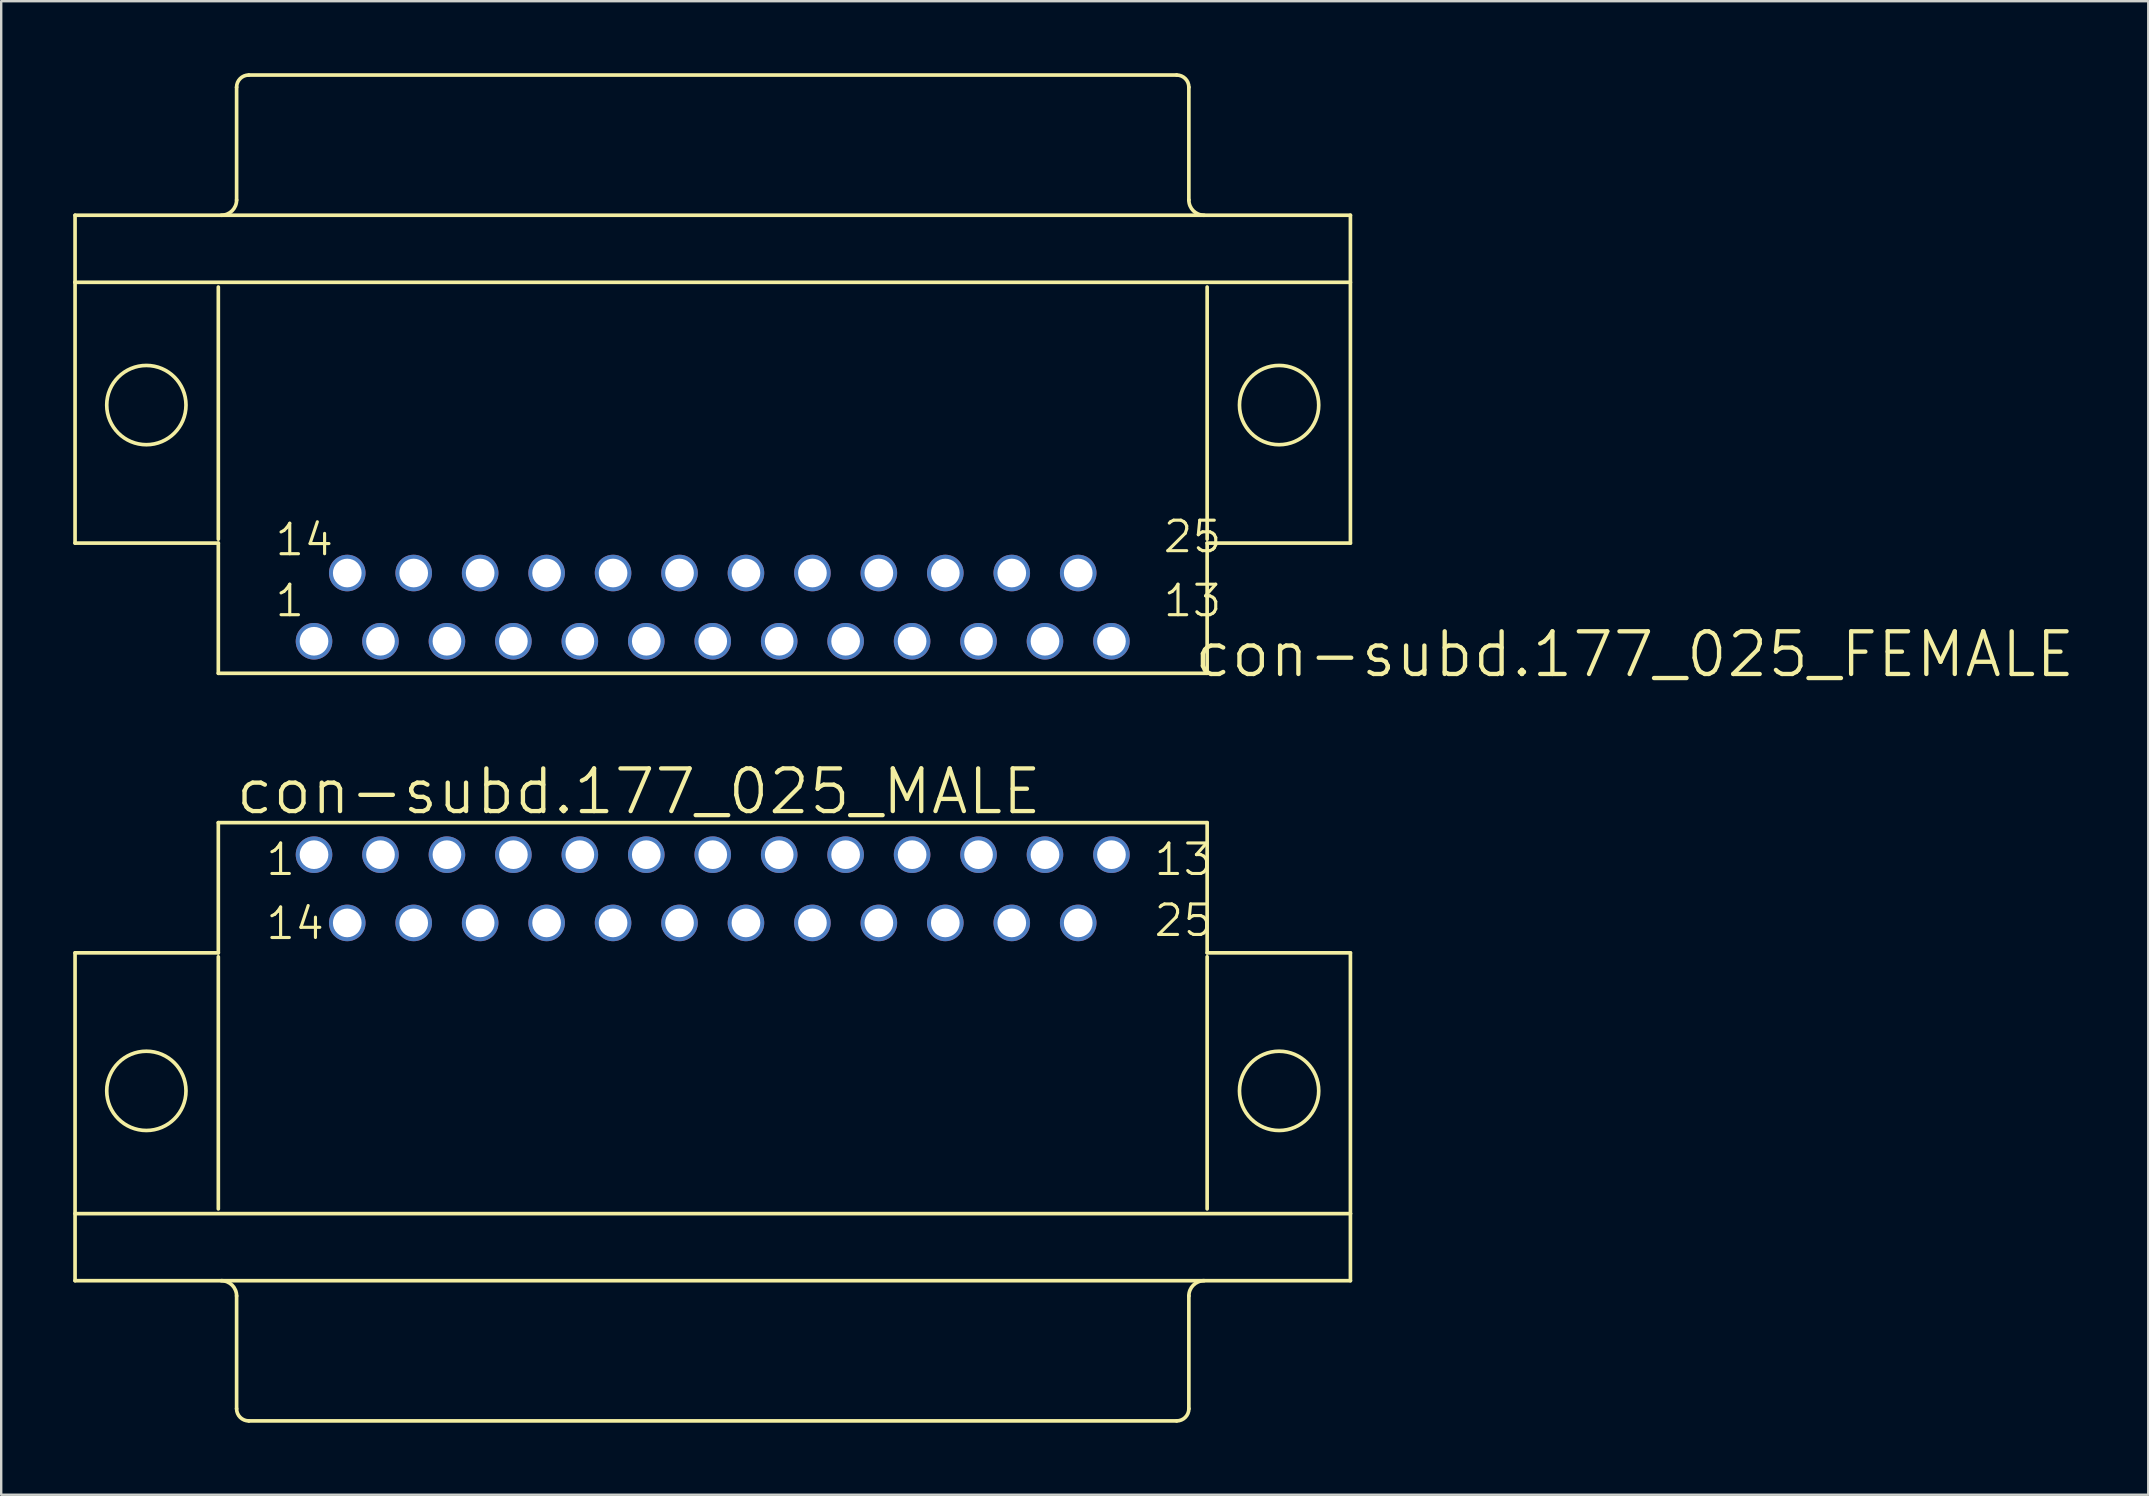
<source format=kicad_pcb>
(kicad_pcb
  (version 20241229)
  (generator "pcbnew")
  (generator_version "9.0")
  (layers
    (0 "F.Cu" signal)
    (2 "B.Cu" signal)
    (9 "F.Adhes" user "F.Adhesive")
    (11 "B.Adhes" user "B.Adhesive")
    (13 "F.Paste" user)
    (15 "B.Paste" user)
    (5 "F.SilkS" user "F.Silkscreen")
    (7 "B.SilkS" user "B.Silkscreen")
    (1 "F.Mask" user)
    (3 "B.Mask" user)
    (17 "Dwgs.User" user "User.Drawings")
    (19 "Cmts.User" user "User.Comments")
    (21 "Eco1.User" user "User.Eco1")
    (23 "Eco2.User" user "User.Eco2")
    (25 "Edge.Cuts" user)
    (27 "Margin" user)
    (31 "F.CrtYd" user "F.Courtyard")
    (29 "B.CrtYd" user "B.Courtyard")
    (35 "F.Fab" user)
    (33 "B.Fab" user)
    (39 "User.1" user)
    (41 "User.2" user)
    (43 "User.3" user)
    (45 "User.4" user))
  (footprint "con-subd.177_025_MALE"
    (layer "F.Cu")
    (at 26.645 42.399)
    (property "Reference" "con-subd.177_025_MALE" (at -19.964 -11.43 0) (layer "F.SilkS") (effects (font (size 1.778 1.778) (thickness 0.18)) (justify left bottom)))
    (attr through_hole)
    (fp_line (start -26.568 -5.75) (end -26.568 7.909) (stroke (width 0.152) (type default)) (layer "F.SilkS"))
    (fp_line (start -20.599 -11.175) (end -20.599 -5.75) (stroke (width 0.152) (type default)) (layer "F.SilkS"))
    (fp_line (start -20.599 -5.75) (end -26.568 -5.75) (stroke (width 0.152) (type default)) (layer "F.SilkS"))
    (fp_line (start -20.599 -5.587) (end -20.599 4.918) (stroke (width 0.152) (type default)) (layer "F.SilkS"))
    (fp_line (start -19.837 8.544) (end -19.837 13.243) (stroke (width 0.152) (type default)) (layer "F.SilkS"))
    (fp_line (start 19.329 13.751) (end -19.329 13.751) (stroke (width 0.152) (type default)) (layer "F.SilkS"))
    (fp_line (start 19.837 8.544) (end 19.837 13.243) (stroke (width 0.152) (type default)) (layer "F.SilkS"))
    (fp_line (start 20.599 -11.175) (end -20.599 -11.175) (stroke (width 0.152) (type default)) (layer "F.SilkS"))
    (fp_line (start 20.599 -5.75) (end 20.599 -11.175) (stroke (width 0.152) (type default)) (layer "F.SilkS"))
    (fp_line (start 20.599 4.918) (end 20.599 -5.587) (stroke (width 0.152) (type default)) (layer "F.SilkS"))
    (fp_line (start 26.568 -5.75) (end 20.599 -5.75) (stroke (width 0.152) (type default)) (layer "F.SilkS"))
    (fp_line (start 26.568 -5.75) (end 26.568 5.115) (stroke (width 0.152) (type default)) (layer "F.SilkS"))
    (fp_line (start 26.568 5.115) (end -26.568 5.115) (stroke (width 0.152) (type default)) (layer "F.SilkS"))
    (fp_line (start 26.568 5.115) (end 26.568 7.909) (stroke (width 0.152) (type default)) (layer "F.SilkS"))
    (fp_line (start 26.568 7.909) (end -26.568 7.909) (stroke (width 0.152) (type default)) (layer "F.SilkS"))
    (fp_arc (start -20.4724 7.909) (mid -20.023387 8.094987) (end -19.8374 8.544) (stroke (width 0.1524) (type default)) (layer "F.SilkS"))
    (fp_arc (start -19.3294 13.751) (mid -19.68861 13.60221) (end -19.8374 13.243) (stroke (width 0.1524) (type default)) (layer "F.SilkS"))
    (fp_arc (start 19.8374 8.544) (mid 20.023387 8.094987) (end 20.4724 7.909) (stroke (width 0.1524) (type default)) (layer "F.SilkS"))
    (fp_arc (start 19.8374 13.243) (mid 19.68861 13.60221) (end 19.3294 13.751) (stroke (width 0.1524) (type default)) (layer "F.SilkS"))
    (fp_circle (center -23.597 0) (end -21.946 0) (stroke (width 0.152) (type default)) (fill no) (layer "F.SilkS"))
    (fp_circle (center 23.597 0) (end 25.248 0) (stroke (width 0.152) (type default)) (fill no) (layer "F.SilkS"))
    (fp_text user "1" (at -18.694 -8.895 0) (layer "F.SilkS") (effects (font (size 1.27 1.27) (thickness 0.13)) (justify left bottom)))
    (fp_text user "14" (at -18.694 -6.228 0) (layer "F.SilkS") (effects (font (size 1.27 1.27) (thickness 0.13)) (justify left bottom)))
    (fp_text user "13" (at 18.313 -8.895 0) (layer "F.SilkS") (effects (font (size 1.27 1.27) (thickness 0.13)) (justify left bottom)))
    (fp_text user "25" (at 18.313 -6.355 0) (layer "F.SilkS") (effects (font (size 1.27 1.27) (thickness 0.13)) (justify left bottom)))
    (pad "1" thru_hole circle (at -16.612 -9.84) (size 1.524 1.524) (drill 1.194) (layers "*.Cu" "*.Mask"))
    (pad "2" thru_hole circle (at -13.843 -9.84) (size 1.524 1.524) (drill 1.194) (layers "*.Cu" "*.Mask"))
    (pad "3" thru_hole circle (at -11.074 -9.84) (size 1.524 1.524) (drill 1.194) (layers "*.Cu" "*.Mask"))
    (pad "4" thru_hole circle (at -8.306 -9.84) (size 1.524 1.524) (drill 1.194) (layers "*.Cu" "*.Mask"))
    (pad "5" thru_hole circle (at -5.537 -9.84) (size 1.524 1.524) (drill 1.194) (layers "*.Cu" "*.Mask"))
    (pad "6" thru_hole circle (at -2.769 -9.84) (size 1.524 1.524) (drill 1.194) (layers "*.Cu" "*.Mask"))
    (pad "7" thru_hole circle (at 0 -9.84) (size 1.524 1.524) (drill 1.194) (layers "*.Cu" "*.Mask"))
    (pad "8" thru_hole circle (at 2.769 -9.84) (size 1.524 1.524) (drill 1.194) (layers "*.Cu" "*.Mask"))
    (pad "9" thru_hole circle (at 5.537 -9.84) (size 1.524 1.524) (drill 1.194) (layers "*.Cu" "*.Mask"))
    (pad "10" thru_hole circle (at 8.306 -9.84) (size 1.524 1.524) (drill 1.194) (layers "*.Cu" "*.Mask"))
    (pad "11" thru_hole circle (at 11.074 -9.84) (size 1.524 1.524) (drill 1.194) (layers "*.Cu" "*.Mask"))
    (pad "12" thru_hole circle (at 13.843 -9.84) (size 1.524 1.524) (drill 1.194) (layers "*.Cu" "*.Mask"))
    (pad "13" thru_hole circle (at 16.612 -9.84) (size 1.524 1.524) (drill 1.194) (layers "*.Cu" "*.Mask"))
    (pad "14" thru_hole circle (at -15.227 -6.997) (size 1.524 1.524) (drill 1.194) (layers "*.Cu" "*.Mask"))
    (pad "15" thru_hole circle (at -12.459 -6.997) (size 1.524 1.524) (drill 1.194) (layers "*.Cu" "*.Mask"))
    (pad "16" thru_hole circle (at -9.69 -6.997) (size 1.524 1.524) (drill 1.194) (layers "*.Cu" "*.Mask"))
    (pad "17" thru_hole circle (at -6.921 -6.997) (size 1.524 1.524) (drill 1.194) (layers "*.Cu" "*.Mask"))
    (pad "18" thru_hole circle (at -4.153 -6.997) (size 1.524 1.524) (drill 1.194) (layers "*.Cu" "*.Mask"))
    (pad "19" thru_hole circle (at -1.384 -6.997) (size 1.524 1.524) (drill 1.194) (layers "*.Cu" "*.Mask"))
    (pad "20" thru_hole circle (at 1.384 -6.997) (size 1.524 1.524) (drill 1.194) (layers "*.Cu" "*.Mask"))
    (pad "21" thru_hole circle (at 4.153 -6.997) (size 1.524 1.524) (drill 1.194) (layers "*.Cu" "*.Mask"))
    (pad "22" thru_hole circle (at 6.921 -6.997) (size 1.524 1.524) (drill 1.194) (layers "*.Cu" "*.Mask"))
    (pad "23" thru_hole circle (at 9.69 -6.997) (size 1.524 1.524) (drill 1.194) (layers "*.Cu" "*.Mask"))
    (pad "24" thru_hole circle (at 12.459 -6.997) (size 1.524 1.524) (drill 1.194) (layers "*.Cu" "*.Mask"))
    (pad "25" thru_hole circle (at 15.227 -6.997) (size 1.524 1.524) (drill 1.194) (layers "*.Cu" "*.Mask")))
  (footprint "con-subd.177_025_FEMALE"
    (layer "F.Cu")
    (at 26.645 13.827)
    (property "Reference" "con-subd.177_025_FEMALE" (at 19.964 11.43 180) (layer "F.SilkS") (effects (font (size 1.778 1.778) (thickness 0.18)) (justify left bottom)))
    (attr through_hole)
    (fp_line (start -26.568 -7.909) (end 26.568 -7.909) (stroke (width 0.152) (type default)) (layer "F.SilkS"))
    (fp_line (start -26.568 -5.115) (end -26.568 -7.909) (stroke (width 0.152) (type default)) (layer "F.SilkS"))
    (fp_line (start -26.568 -5.115) (end 26.568 -5.115) (stroke (width 0.152) (type default)) (layer "F.SilkS"))
    (fp_line (start -26.568 5.75) (end -26.568 -5.115) (stroke (width 0.152) (type default)) (layer "F.SilkS"))
    (fp_line (start -26.568 5.75) (end -20.599 5.75) (stroke (width 0.152) (type default)) (layer "F.SilkS"))
    (fp_line (start -20.599 -4.918) (end -20.599 5.587) (stroke (width 0.152) (type default)) (layer "F.SilkS"))
    (fp_line (start -20.599 5.75) (end -20.599 11.175) (stroke (width 0.152) (type default)) (layer "F.SilkS"))
    (fp_line (start -20.599 11.175) (end 20.599 11.175) (stroke (width 0.152) (type default)) (layer "F.SilkS"))
    (fp_line (start -19.837 -8.544) (end -19.837 -13.243) (stroke (width 0.152) (type default)) (layer "F.SilkS"))
    (fp_line (start -19.329 -13.751) (end 19.329 -13.751) (stroke (width 0.152) (type default)) (layer "F.SilkS"))
    (fp_line (start 19.837 -8.544) (end 19.837 -13.243) (stroke (width 0.152) (type default)) (layer "F.SilkS"))
    (fp_line (start 20.599 5.587) (end 20.599 -4.918) (stroke (width 0.152) (type default)) (layer "F.SilkS"))
    (fp_line (start 20.599 5.75) (end 26.568 5.75) (stroke (width 0.152) (type default)) (layer "F.SilkS"))
    (fp_line (start 20.599 11.175) (end 20.599 5.75) (stroke (width 0.152) (type default)) (layer "F.SilkS"))
    (fp_line (start 26.568 5.75) (end 26.568 -7.909) (stroke (width 0.152) (type default)) (layer "F.SilkS"))
    (fp_arc (start -19.8374 -13.243) (mid -19.68861 -13.60221) (end -19.3294 -13.751) (stroke (width 0.1524) (type default)) (layer "F.SilkS"))
    (fp_arc (start -19.8374 -8.544) (mid -20.023387 -8.094987) (end -20.4724 -7.909) (stroke (width 0.1524) (type default)) (layer "F.SilkS"))
    (fp_arc (start 19.3294 -13.751) (mid 19.68861 -13.60221) (end 19.8374 -13.243) (stroke (width 0.1524) (type default)) (layer "F.SilkS"))
    (fp_arc (start 20.4724 -7.909) (mid 20.023387 -8.094987) (end 19.8374 -8.544) (stroke (width 0.1524) (type default)) (layer "F.SilkS"))
    (fp_circle (center -23.597 0) (end -21.946 0) (stroke (width 0.152) (type default)) (fill no) (layer "F.SilkS"))
    (fp_circle (center 23.597 0) (end 25.248 0) (stroke (width 0.152) (type default)) (fill no) (layer "F.SilkS"))
    (fp_text user "13" (at 18.694 8.895 180) (layer "F.SilkS") (effects (font (size 1.27 1.27) (thickness 0.13)) (justify left bottom)))
    (fp_text user "25" (at 18.694 6.228 180) (layer "F.SilkS") (effects (font (size 1.27 1.27) (thickness 0.13)) (justify left bottom)))
    (fp_text user "14" (at -18.313 6.355 180) (layer "F.SilkS") (effects (font (size 1.27 1.27) (thickness 0.13)) (justify left bottom)))
    (fp_text user "1" (at -18.313 8.895 180) (layer "F.SilkS") (effects (font (size 1.27 1.27) (thickness 0.13)) (justify left bottom)))
    (pad "1" thru_hole circle (at -16.612 9.84) (size 1.524 1.524) (drill 1.194) (layers "*.Cu" "*.Mask"))
    (pad "2" thru_hole circle (at -13.843 9.84) (size 1.524 1.524) (drill 1.194) (layers "*.Cu" "*.Mask"))
    (pad "3" thru_hole circle (at -11.074 9.84) (size 1.524 1.524) (drill 1.194) (layers "*.Cu" "*.Mask"))
    (pad "4" thru_hole circle (at -8.306 9.84) (size 1.524 1.524) (drill 1.194) (layers "*.Cu" "*.Mask"))
    (pad "5" thru_hole circle (at -5.537 9.84) (size 1.524 1.524) (drill 1.194) (layers "*.Cu" "*.Mask"))
    (pad "6" thru_hole circle (at -2.769 9.84) (size 1.524 1.524) (drill 1.194) (layers "*.Cu" "*.Mask"))
    (pad "7" thru_hole circle (at 0 9.84) (size 1.524 1.524) (drill 1.194) (layers "*.Cu" "*.Mask"))
    (pad "8" thru_hole circle (at 2.769 9.84) (size 1.524 1.524) (drill 1.194) (layers "*.Cu" "*.Mask"))
    (pad "9" thru_hole circle (at 5.537 9.84) (size 1.524 1.524) (drill 1.194) (layers "*.Cu" "*.Mask"))
    (pad "10" thru_hole circle (at 8.306 9.84) (size 1.524 1.524) (drill 1.194) (layers "*.Cu" "*.Mask"))
    (pad "11" thru_hole circle (at 11.074 9.84) (size 1.524 1.524) (drill 1.194) (layers "*.Cu" "*.Mask"))
    (pad "12" thru_hole circle (at 13.843 9.84) (size 1.524 1.524) (drill 1.194) (layers "*.Cu" "*.Mask"))
    (pad "13" thru_hole circle (at 16.612 9.84) (size 1.524 1.524) (drill 1.194) (layers "*.Cu" "*.Mask"))
    (pad "14" thru_hole circle (at -15.227 6.997) (size 1.524 1.524) (drill 1.194) (layers "*.Cu" "*.Mask"))
    (pad "15" thru_hole circle (at -12.459 6.997) (size 1.524 1.524) (drill 1.194) (layers "*.Cu" "*.Mask"))
    (pad "16" thru_hole circle (at -9.69 6.997) (size 1.524 1.524) (drill 1.194) (layers "*.Cu" "*.Mask"))
    (pad "17" thru_hole circle (at -6.921 6.997) (size 1.524 1.524) (drill 1.194) (layers "*.Cu" "*.Mask"))
    (pad "18" thru_hole circle (at -4.153 6.997) (size 1.524 1.524) (drill 1.194) (layers "*.Cu" "*.Mask"))
    (pad "19" thru_hole circle (at -1.384 6.997) (size 1.524 1.524) (drill 1.194) (layers "*.Cu" "*.Mask"))
    (pad "20" thru_hole circle (at 1.384 6.997) (size 1.524 1.524) (drill 1.194) (layers "*.Cu" "*.Mask"))
    (pad "21" thru_hole circle (at 4.153 6.997) (size 1.524 1.524) (drill 1.194) (layers "*.Cu" "*.Mask"))
    (pad "22" thru_hole circle (at 6.921 6.997) (size 1.524 1.524) (drill 1.194) (layers "*.Cu" "*.Mask"))
    (pad "23" thru_hole circle (at 9.69 6.997) (size 1.524 1.524) (drill 1.194) (layers "*.Cu" "*.Mask"))
    (pad "24" thru_hole circle (at 12.459 6.997) (size 1.524 1.524) (drill 1.194) (layers "*.Cu" "*.Mask"))
    (pad "25" thru_hole circle (at 15.227 6.997) (size 1.524 1.524) (drill 1.194) (layers "*.Cu" "*.Mask")))
  (gr_rect
    (start -3 -3)
    (end 86.454 59.226)
    (stroke (width 0.1) (type default))
    (fill no)
    (layer "Edge.Cuts")))
</source>
